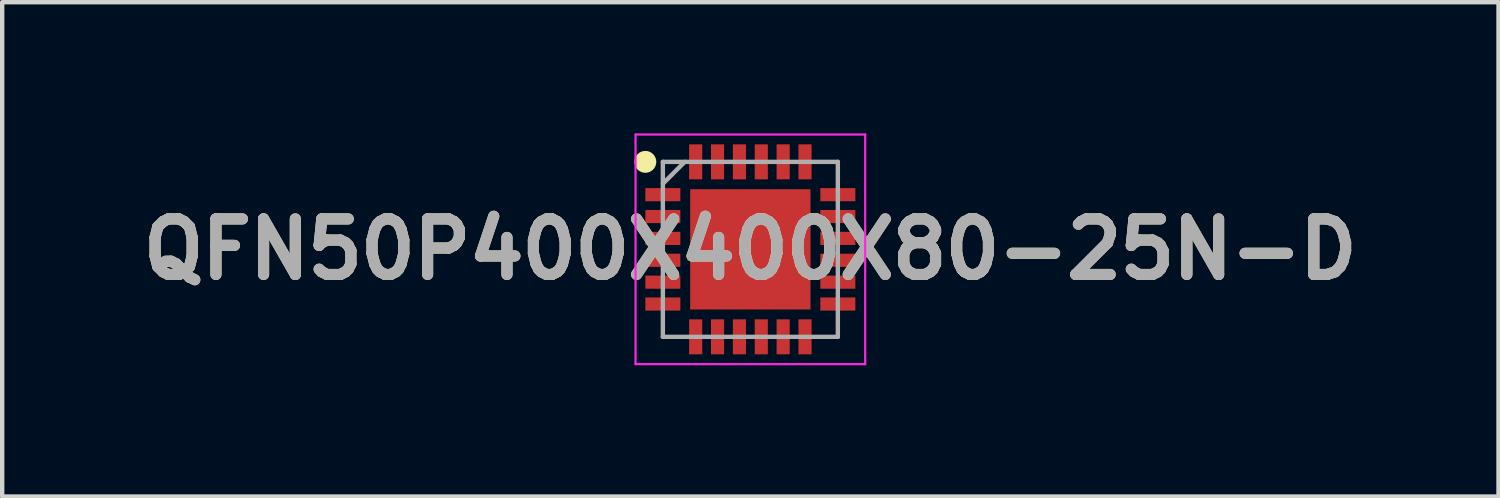
<source format=kicad_pcb>
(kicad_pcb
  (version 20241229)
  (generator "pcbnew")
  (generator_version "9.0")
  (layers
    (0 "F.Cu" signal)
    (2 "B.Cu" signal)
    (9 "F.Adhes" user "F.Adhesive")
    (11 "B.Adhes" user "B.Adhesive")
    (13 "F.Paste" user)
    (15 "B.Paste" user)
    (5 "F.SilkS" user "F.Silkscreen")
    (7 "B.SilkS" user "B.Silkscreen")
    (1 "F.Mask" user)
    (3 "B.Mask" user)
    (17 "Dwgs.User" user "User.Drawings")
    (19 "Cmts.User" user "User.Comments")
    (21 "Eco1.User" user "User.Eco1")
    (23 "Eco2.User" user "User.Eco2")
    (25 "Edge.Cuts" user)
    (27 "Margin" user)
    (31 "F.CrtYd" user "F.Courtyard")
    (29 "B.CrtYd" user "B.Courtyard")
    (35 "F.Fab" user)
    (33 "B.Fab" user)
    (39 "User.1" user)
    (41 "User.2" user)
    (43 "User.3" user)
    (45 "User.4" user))
  (footprint "QFN50P400X400X80-25N-D"
    (layer "F.Cu")
    (at 14.103 2.65)
    (property "Reference" "QFN50P400X400X80-25N-D" (at 0 0 0) (layer "F.SilkS") (effects (font (size 1.27 1.27) (thickness 0.254))))
    (attr smd)
    (fp_circle (center -2.4 -2) (end -2.4 -1.875) (stroke (width 0.25) (type solid)) (fill no) (layer "F.SilkS"))
    (fp_line (start -2.625 -2.625) (end 2.625 -2.625) (stroke (width 0.05) (type solid)) (layer "F.CrtYd"))
    (fp_line (start -2.625 2.625) (end -2.625 -2.625) (stroke (width 0.05) (type solid)) (layer "F.CrtYd"))
    (fp_line (start 2.625 -2.625) (end 2.625 2.625) (stroke (width 0.05) (type solid)) (layer "F.CrtYd"))
    (fp_line (start 2.625 2.625) (end -2.625 2.625) (stroke (width 0.05) (type solid)) (layer "F.CrtYd"))
    (fp_line (start -2 -2) (end 2 -2) (stroke (width 0.1) (type solid)) (layer "F.Fab"))
    (fp_line (start -2 -1.5) (end -1.5 -2) (stroke (width 0.1) (type solid)) (layer "F.Fab"))
    (fp_line (start -2 2) (end -2 -2) (stroke (width 0.1) (type solid)) (layer "F.Fab"))
    (fp_line (start 2 -2) (end 2 2) (stroke (width 0.1) (type solid)) (layer "F.Fab"))
    (fp_line (start 2 2) (end -2 2) (stroke (width 0.1) (type solid)) (layer "F.Fab"))
    (fp_text user "${REFERENCE}" (at 0 0 0) (layer "F.Fab") (effects (font (size 1.27 1.27) (thickness 0.254))))
    (pad "1" smd rect (at -2 -1.25 90) (size 0.3 0.8) (layers "F.Cu" "F.Mask" "F.Paste"))
    (pad "2" smd rect (at -2 -0.75 90) (size 0.3 0.8) (layers "F.Cu" "F.Mask" "F.Paste"))
    (pad "3" smd rect (at -2 -0.25 90) (size 0.3 0.8) (layers "F.Cu" "F.Mask" "F.Paste"))
    (pad "4" smd rect (at -2 0.25 90) (size 0.3 0.8) (layers "F.Cu" "F.Mask" "F.Paste"))
    (pad "5" smd rect (at -2 0.75 90) (size 0.3 0.8) (layers "F.Cu" "F.Mask" "F.Paste"))
    (pad "6" smd rect (at -2 1.25 90) (size 0.3 0.8) (layers "F.Cu" "F.Mask" "F.Paste"))
    (pad "7" smd rect (at -1.25 2) (size 0.3 0.8) (layers "F.Cu" "F.Mask" "F.Paste"))
    (pad "8" smd rect (at -0.75 2) (size 0.3 0.8) (layers "F.Cu" "F.Mask" "F.Paste"))
    (pad "9" smd rect (at -0.25 2) (size 0.3 0.8) (layers "F.Cu" "F.Mask" "F.Paste"))
    (pad "10" smd rect (at 0.25 2) (size 0.3 0.8) (layers "F.Cu" "F.Mask" "F.Paste"))
    (pad "11" smd rect (at 0.75 2) (size 0.3 0.8) (layers "F.Cu" "F.Mask" "F.Paste"))
    (pad "12" smd rect (at 1.25 2) (size 0.3 0.8) (layers "F.Cu" "F.Mask" "F.Paste"))
    (pad "13" smd rect (at 2 1.25 90) (size 0.3 0.8) (layers "F.Cu" "F.Mask" "F.Paste"))
    (pad "14" smd rect (at 2 0.75 90) (size 0.3 0.8) (layers "F.Cu" "F.Mask" "F.Paste"))
    (pad "15" smd rect (at 2 0.25 90) (size 0.3 0.8) (layers "F.Cu" "F.Mask" "F.Paste"))
    (pad "16" smd rect (at 2 -0.25 90) (size 0.3 0.8) (layers "F.Cu" "F.Mask" "F.Paste"))
    (pad "17" smd rect (at 2 -0.75 90) (size 0.3 0.8) (layers "F.Cu" "F.Mask" "F.Paste"))
    (pad "18" smd rect (at 2 -1.25 90) (size 0.3 0.8) (layers "F.Cu" "F.Mask" "F.Paste"))
    (pad "19" smd rect (at 1.25 -2) (size 0.3 0.8) (layers "F.Cu" "F.Mask" "F.Paste"))
    (pad "20" smd rect (at 0.75 -2) (size 0.3 0.8) (layers "F.Cu" "F.Mask" "F.Paste"))
    (pad "21" smd rect (at 0.25 -2) (size 0.3 0.8) (layers "F.Cu" "F.Mask" "F.Paste"))
    (pad "22" smd rect (at -0.25 -2) (size 0.3 0.8) (layers "F.Cu" "F.Mask" "F.Paste"))
    (pad "23" smd rect (at -0.75 -2) (size 0.3 0.8) (layers "F.Cu" "F.Mask" "F.Paste"))
    (pad "24" smd rect (at -1.25 -2) (size 0.3 0.8) (layers "F.Cu" "F.Mask" "F.Paste"))
    (pad "25" smd rect (at 0 0) (size 2.75 2.75) (layers "F.Cu" "F.Mask" "F.Paste")))
  (gr_rect
    (start -3 -3)
    (end 31.206 8.3)
    (stroke (width 0.1) (type default))
    (fill no)
    (layer "Edge.Cuts")))
</source>
